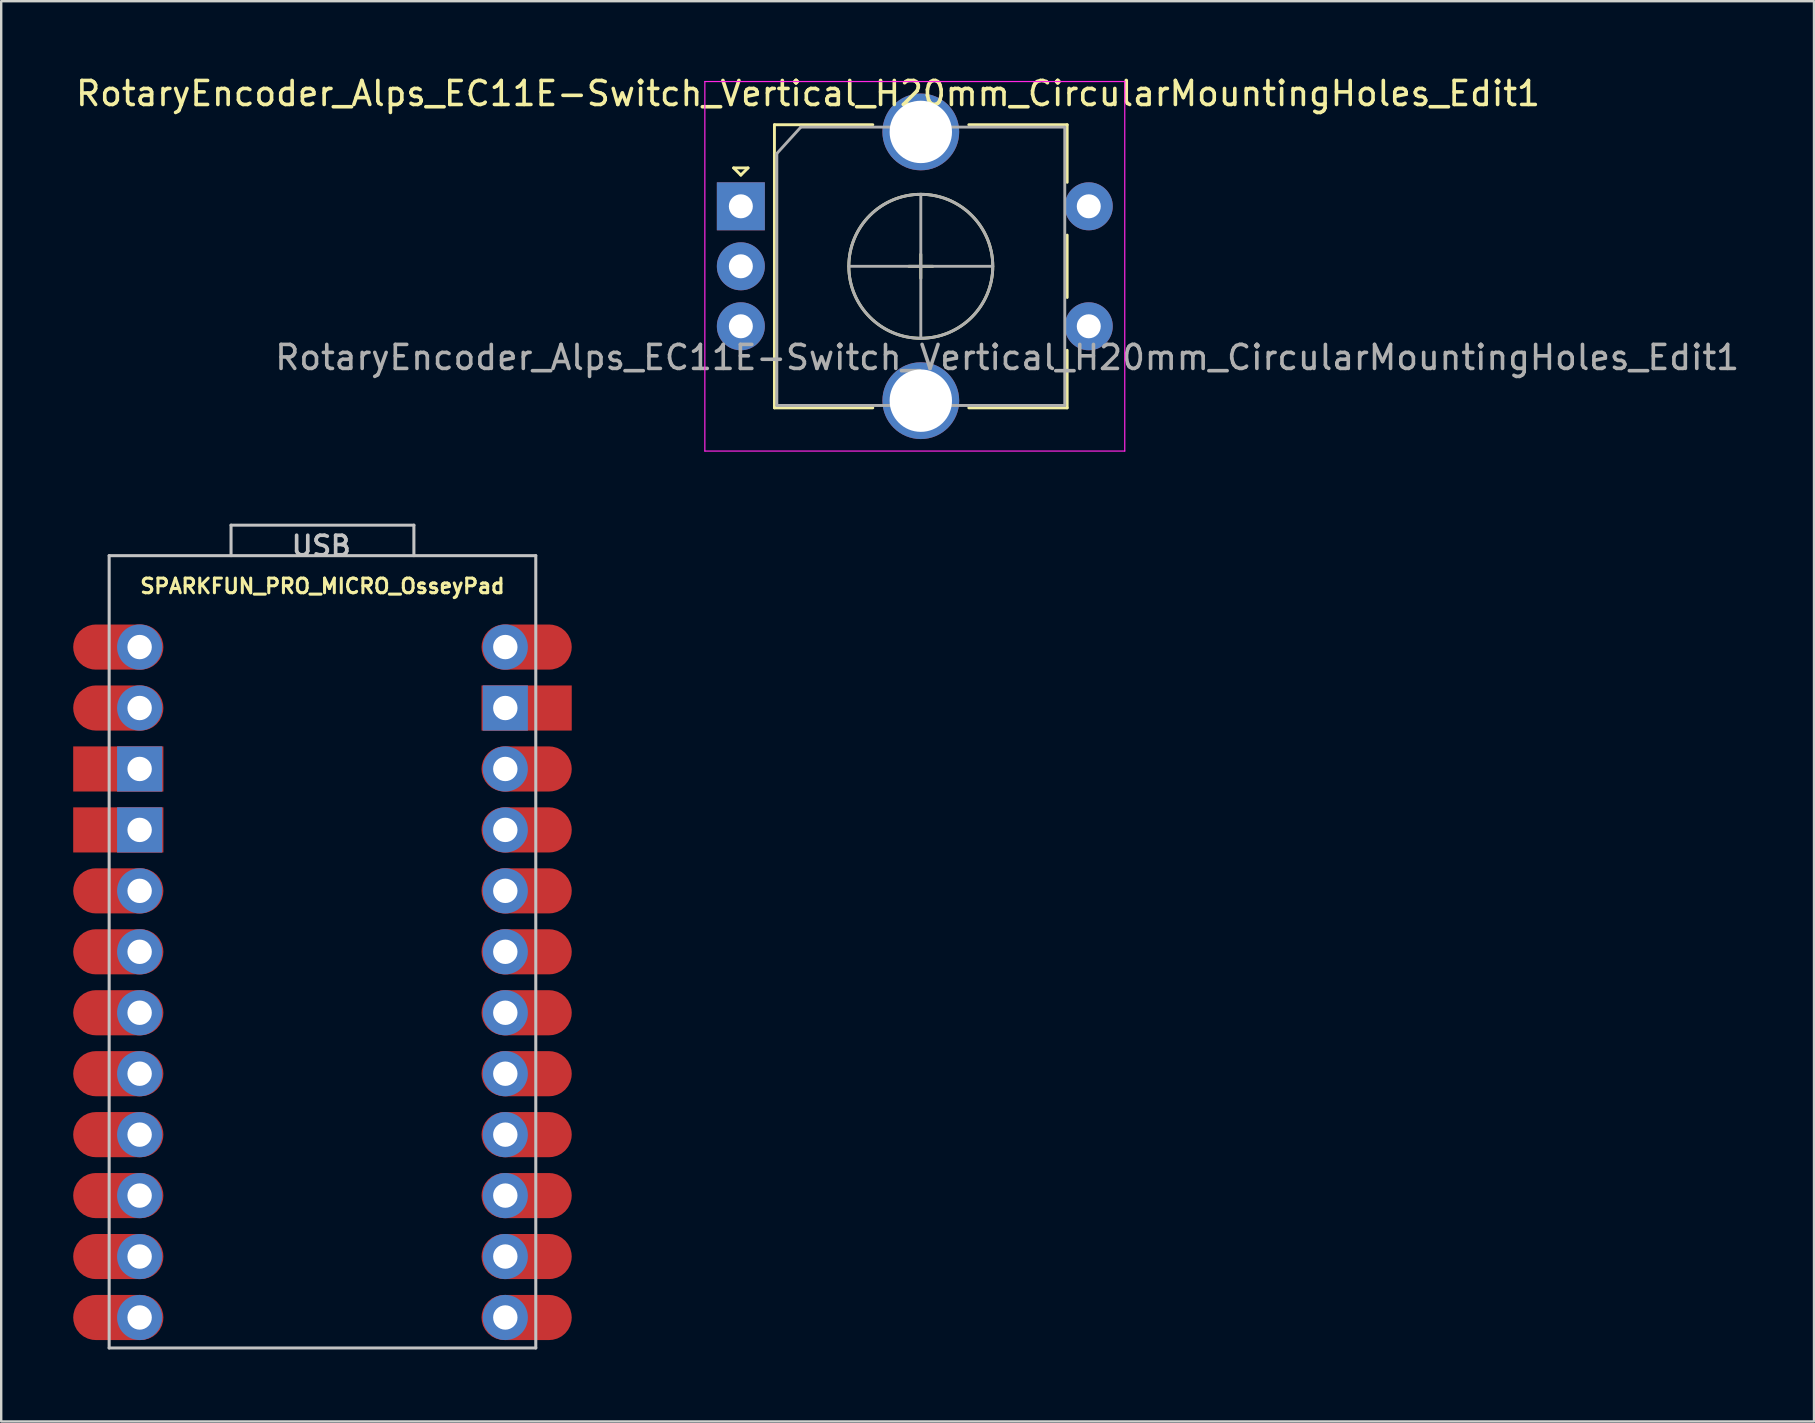
<source format=kicad_pcb>
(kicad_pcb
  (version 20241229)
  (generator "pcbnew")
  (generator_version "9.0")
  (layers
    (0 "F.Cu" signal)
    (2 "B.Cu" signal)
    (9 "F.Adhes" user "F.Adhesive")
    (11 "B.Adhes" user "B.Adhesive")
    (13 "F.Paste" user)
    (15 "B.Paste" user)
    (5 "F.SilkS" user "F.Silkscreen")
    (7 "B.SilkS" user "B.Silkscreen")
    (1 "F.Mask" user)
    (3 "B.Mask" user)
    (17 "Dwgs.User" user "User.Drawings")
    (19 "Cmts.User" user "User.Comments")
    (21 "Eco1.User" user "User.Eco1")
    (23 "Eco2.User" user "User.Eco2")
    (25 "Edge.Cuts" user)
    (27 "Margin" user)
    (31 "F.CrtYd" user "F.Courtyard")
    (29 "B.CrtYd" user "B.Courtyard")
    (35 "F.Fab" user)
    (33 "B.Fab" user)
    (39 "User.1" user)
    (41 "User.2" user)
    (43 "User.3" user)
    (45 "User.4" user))
  (footprint "RotaryEncoder_Alps_EC11E-Switch_Vertical_H20mm_CircularMountingHoles_Edit1"
    (layer "F.Cu")
    (at 27.825 5.548)
    (property "Reference" "RotaryEncoder_Alps_EC11E-Switch_Vertical_H20mm_CircularMountingHoles_Edit1" (at 2.8 -4.7 0) (layer "F.SilkS") (effects (font (size 1 1) (thickness 0.15))))
    (attr through_hole)
    (fp_line (start -0.3 -1.6) (end 0.3 -1.6) (stroke (width 0.12) (type solid)) (layer "F.SilkS"))
    (fp_line (start 0 -1.3) (end -0.3 -1.6) (stroke (width 0.12) (type solid)) (layer "F.SilkS"))
    (fp_line (start 0.3 -1.6) (end 0 -1.3) (stroke (width 0.12) (type solid)) (layer "F.SilkS"))
    (fp_line (start 1.4 -3.4) (end 1.4 8.4) (stroke (width 0.12) (type solid)) (layer "F.SilkS"))
    (fp_line (start 5.5 -3.4) (end 1.4 -3.4) (stroke (width 0.12) (type solid)) (layer "F.SilkS"))
    (fp_line (start 5.5 8.4) (end 1.4 8.4) (stroke (width 0.12) (type solid)) (layer "F.SilkS"))
    (fp_line (start 7 2.5) (end 8 2.5) (stroke (width 0.12) (type solid)) (layer "F.SilkS"))
    (fp_line (start 7.5 2) (end 7.5 3) (stroke (width 0.12) (type solid)) (layer "F.SilkS"))
    (fp_line (start 9.5 -3.4) (end 13.6 -3.4) (stroke (width 0.12) (type solid)) (layer "F.SilkS"))
    (fp_line (start 13.6 -3.4) (end 13.6 -1) (stroke (width 0.12) (type solid)) (layer "F.SilkS"))
    (fp_line (start 13.6 1.2) (end 13.6 3.8) (stroke (width 0.12) (type solid)) (layer "F.SilkS"))
    (fp_line (start 13.6 6) (end 13.6 8.4) (stroke (width 0.12) (type solid)) (layer "F.SilkS"))
    (fp_line (start 13.6 8.4) (end 9.5 8.4) (stroke (width 0.12) (type solid)) (layer "F.SilkS"))
    (fp_circle (center 7.5 2.5) (end 10.5 2.5) (stroke (width 0.12) (type solid)) (fill no) (layer "F.SilkS"))
    (fp_line (start -1.5 -5.2) (end -1.5 10.2) (stroke (width 0.05) (type solid)) (layer "F.CrtYd"))
    (fp_line (start -1.5 -5.2) (end 16 -5.2) (stroke (width 0.05) (type solid)) (layer "F.CrtYd"))
    (fp_line (start 16 10.2) (end -1.5 10.2) (stroke (width 0.05) (type solid)) (layer "F.CrtYd"))
    (fp_line (start 16 10.2) (end 16 -5.2) (stroke (width 0.05) (type solid)) (layer "F.CrtYd"))
    (fp_line (start 1.5 -2.2) (end 2.5 -3.3) (stroke (width 0.12) (type solid)) (layer "F.Fab"))
    (fp_line (start 1.5 8.3) (end 1.5 -2.2) (stroke (width 0.12) (type solid)) (layer "F.Fab"))
    (fp_line (start 2.5 -3.3) (end 13.5 -3.3) (stroke (width 0.12) (type solid)) (layer "F.Fab"))
    (fp_line (start 4.5 2.5) (end 10.5 2.5) (stroke (width 0.12) (type solid)) (layer "F.Fab"))
    (fp_line (start 7.5 -0.5) (end 7.5 5.5) (stroke (width 0.12) (type solid)) (layer "F.Fab"))
    (fp_line (start 13.5 -3.3) (end 13.5 8.3) (stroke (width 0.12) (type solid)) (layer "F.Fab"))
    (fp_line (start 13.5 8.3) (end 1.5 8.3) (stroke (width 0.12) (type solid)) (layer "F.Fab"))
    (fp_circle (center 7.5 2.5) (end 10.5 2.5) (stroke (width 0.12) (type solid)) (fill no) (layer "F.Fab"))
    (fp_text user "${REFERENCE}" (at 11.1 6.3 0) (layer "F.Fab") (effects (font (size 1 1) (thickness 0.15))))
    (pad "A" thru_hole rect (at 0 0) (size 2 2) (drill 1) (layers "*.Cu" "*.Mask"))
    (pad "B" thru_hole circle (at 0 5) (size 2 2) (drill 1) (layers "*.Cu" "*.Mask"))
    (pad "C" thru_hole circle (at 0 2.5) (size 2 2) (drill 1) (layers "*.Cu" "*.Mask"))
    (pad "MP" thru_hole circle (at 7.5 -3.1) (size 3.2 3.2) (drill 2.6) (layers "*.Cu" "*.Mask"))
    (pad "MP" thru_hole circle (at 7.5 8.1) (size 3.2 3.2) (drill 2.6) (layers "*.Cu" "*.Mask"))
    (pad "S1" thru_hole circle (at 14.5 5) (size 2 2) (drill 1) (layers "*.Cu" "*.Mask"))
    (pad "S2" thru_hole circle (at 14.5 0) (size 2 2) (drill 1) (layers "*.Cu" "*.Mask")))
  (footprint "SPARKFUN_PRO_MICRO_OsseyPad"
    (layer "F.Cu")
    (at 10.389 36.617)
    (property "Reference" "SPARKFUN_PRO_MICRO_OsseyPad" (at 0 -15.24 0) (layer "F.SilkS") (effects (font (size 0.61 0.61) (thickness 0.127))))
    (attr exclude_from_pos_files exclude_from_bom)
    (fp_line (start -8.89 -16.51) (end -8.89 16.51) (stroke (width 0.127) (type solid)) (layer "Dwgs.User"))
    (fp_line (start -8.89 16.51) (end 8.89 16.51) (stroke (width 0.127) (type solid)) (layer "Dwgs.User"))
    (fp_line (start -3.81 -17.78) (end 3.81 -17.78) (stroke (width 0.127) (type solid)) (layer "Dwgs.User"))
    (fp_line (start -3.81 -16.51) (end -3.81 -17.78) (stroke (width 0.127) (type solid)) (layer "Dwgs.User"))
    (fp_line (start 3.81 -17.78) (end 3.81 -16.51) (stroke (width 0.127) (type solid)) (layer "Dwgs.User"))
    (fp_line (start 8.89 -16.51) (end -8.89 -16.51) (stroke (width 0.127) (type solid)) (layer "Dwgs.User"))
    (fp_line (start 8.89 16.51) (end 8.89 -16.51) (stroke (width 0.127) (type solid)) (layer "Dwgs.User"))
    (fp_text user "USB" (at -0.051 -16.916 0) (layer "Dwgs.User") (effects (font (size 0.813 0.813) (thickness 0.152))))
    (pad "1" connect roundrect (at -8.509 -12.7) (size 3.759 1.88) (layers "F.Cu" "F.Mask") (roundrect_rratio 0.5))
    (pad "1" connect roundrect (at -8.509 12.7) (size 3.759 1.88) (layers "F.Cu" "F.Mask") (roundrect_rratio 0.5))
    (pad "1" thru_hole circle (at -7.62 -12.7) (size 1.88 1.88) (drill 1.016) (layers "*.Cu" "*.Mask"))
    (pad "2" connect roundrect (at -8.509 -10.16) (size 3.759 1.88) (layers "F.Cu" "F.Mask") (roundrect_rratio 0.5))
    (pad "2" thru_hole circle (at -7.62 -10.16) (size 1.88 1.88) (drill 1.016) (layers "*.Cu" "*.Mask"))
    (pad "3" connect rect (at -8.509 -7.62) (size 3.759 1.88) (layers "F.Cu" "F.Mask"))
    (pad "3" thru_hole rect (at -7.62 -7.62) (size 1.88 1.88) (drill 1.016) (layers "*.Cu" "*.Mask"))
    (pad "4" connect rect (at -8.509 -5.08) (size 3.759 1.88) (layers "F.Cu" "F.Mask"))
    (pad "4" thru_hole rect (at -7.62 -5.08) (size 1.88 1.88) (drill 1.016) (layers "*.Cu" "*.Mask"))
    (pad "5" connect roundrect (at -8.509 -2.54) (size 3.759 1.88) (layers "F.Cu" "F.Mask") (roundrect_rratio 0.5))
    (pad "5" thru_hole circle (at -7.62 -2.54) (size 1.88 1.88) (drill 1.016) (layers "*.Cu" "*.Mask"))
    (pad "6" connect roundrect (at -8.509 0) (size 3.759 1.88) (layers "F.Cu" "F.Mask") (roundrect_rratio 0.5))
    (pad "6" thru_hole circle (at -7.62 0) (size 1.88 1.88) (drill 1.016) (layers "*.Cu" "*.Mask"))
    (pad "7" connect roundrect (at -8.509 2.54) (size 3.759 1.88) (layers "F.Cu" "F.Mask") (roundrect_rratio 0.5))
    (pad "7" thru_hole circle (at -7.62 2.54) (size 1.88 1.88) (drill 1.016) (layers "*.Cu" "*.Mask"))
    (pad "8" connect roundrect (at -8.509 5.08) (size 3.759 1.88) (layers "F.Cu" "F.Mask") (roundrect_rratio 0.5))
    (pad "8" thru_hole circle (at -7.62 5.08) (size 1.88 1.88) (drill 1.016) (layers "*.Cu" "*.Mask"))
    (pad "9" connect roundrect (at -8.509 7.62) (size 3.759 1.88) (layers "F.Cu" "F.Mask") (roundrect_rratio 0.5))
    (pad "9" thru_hole circle (at -7.62 7.62) (size 1.88 1.88) (drill 1.016) (layers "*.Cu" "*.Mask"))
    (pad "10" connect roundrect (at -8.509 10.16) (size 3.759 1.88) (layers "F.Cu" "F.Mask") (roundrect_rratio 0.5))
    (pad "10" thru_hole circle (at -7.62 10.16) (size 1.88 1.88) (drill 1.016) (layers "*.Cu" "*.Mask"))
    (pad "11" thru_hole circle (at -7.62 12.7) (size 1.88 1.88) (drill 1.016) (layers "*.Cu" "*.Mask"))
    (pad "12" connect roundrect (at -8.509 15.24) (size 3.759 1.88) (layers "F.Cu" "F.Mask") (roundrect_rratio 0.5))
    (pad "12" thru_hole circle (at -7.62 15.24) (size 1.88 1.88) (drill 1.016) (layers "*.Cu" "*.Mask"))
    (pad "13" thru_hole circle (at 7.62 15.24) (size 1.88 1.88) (drill 1.016) (layers "*.Cu" "*.Mask"))
    (pad "13" connect roundrect (at 8.509 15.24 180) (size 3.759 1.88) (layers "F.Cu" "F.Mask") (roundrect_rratio 0.5))
    (pad "14" thru_hole circle (at 7.62 12.7) (size 1.88 1.88) (drill 1.016) (layers "*.Cu" "*.Mask"))
    (pad "14" connect roundrect (at 8.509 12.7 180) (size 3.759 1.88) (layers "F.Cu" "F.Mask") (roundrect_rratio 0.5))
    (pad "15" thru_hole circle (at 7.62 10.16) (size 1.88 1.88) (drill 1.016) (layers "*.Cu" "*.Mask"))
    (pad "15" connect roundrect (at 8.509 10.16 180) (size 3.759 1.88) (layers "F.Cu" "F.Mask") (roundrect_rratio 0.5))
    (pad "16" thru_hole circle (at 7.62 7.62) (size 1.88 1.88) (drill 1.016) (layers "*.Cu" "*.Mask"))
    (pad "16" connect roundrect (at 8.509 7.62 180) (size 3.759 1.88) (layers "F.Cu" "F.Mask") (roundrect_rratio 0.5))
    (pad "17" thru_hole circle (at 7.62 5.08) (size 1.88 1.88) (drill 1.016) (layers "*.Cu" "*.Mask"))
    (pad "17" connect roundrect (at 8.509 5.08 180) (size 3.759 1.88) (layers "F.Cu" "F.Mask") (roundrect_rratio 0.5))
    (pad "18" thru_hole circle (at 7.62 2.54) (size 1.88 1.88) (drill 1.016) (layers "*.Cu" "*.Mask"))
    (pad "18" connect roundrect (at 8.509 2.54 180) (size 3.759 1.88) (layers "F.Cu" "F.Mask") (roundrect_rratio 0.5))
    (pad "19" thru_hole circle (at 7.62 0) (size 1.88 1.88) (drill 1.016) (layers "*.Cu" "*.Mask"))
    (pad "19" connect roundrect (at 8.509 0 180) (size 3.759 1.88) (layers "F.Cu" "F.Mask") (roundrect_rratio 0.5))
    (pad "20" thru_hole circle (at 7.62 -2.54) (size 1.88 1.88) (drill 1.016) (layers "*.Cu" "*.Mask"))
    (pad "20" connect roundrect (at 8.509 -2.54 180) (size 3.759 1.88) (layers "F.Cu" "F.Mask") (roundrect_rratio 0.5))
    (pad "21" thru_hole circle (at 7.62 -5.08) (size 1.88 1.88) (drill 1.016) (layers "*.Cu" "*.Mask"))
    (pad "21" connect roundrect (at 8.509 -5.08 180) (size 3.759 1.88) (layers "F.Cu" "F.Mask") (roundrect_rratio 0.5))
    (pad "22" thru_hole circle (at 7.62 -7.62) (size 1.88 1.88) (drill 1.016) (layers "*.Cu" "*.Mask"))
    (pad "22" connect roundrect (at 8.509 -7.62 180) (size 3.759 1.88) (layers "F.Cu" "F.Mask") (roundrect_rratio 0.5))
    (pad "23" thru_hole rect (at 7.62 -10.16) (size 1.88 1.88) (drill 1.016) (layers "*.Cu" "*.Mask"))
    (pad "23" connect rect (at 8.509 -10.16 180) (size 3.759 1.88) (layers "F.Cu" "F.Mask"))
    (pad "24" thru_hole circle (at 7.62 -12.7) (size 1.88 1.88) (drill 1.016) (layers "*.Cu" "*.Mask"))
    (pad "24" connect roundrect (at 8.509 -12.7 180) (size 3.759 1.88) (layers "F.Cu" "F.Mask") (roundrect_rratio 0.5)))
  (gr_rect
    (start -3 -3)
    (end 72.55 56.19)
    (stroke (width 0.1) (type default))
    (fill no)
    (layer "Edge.Cuts")))
</source>
